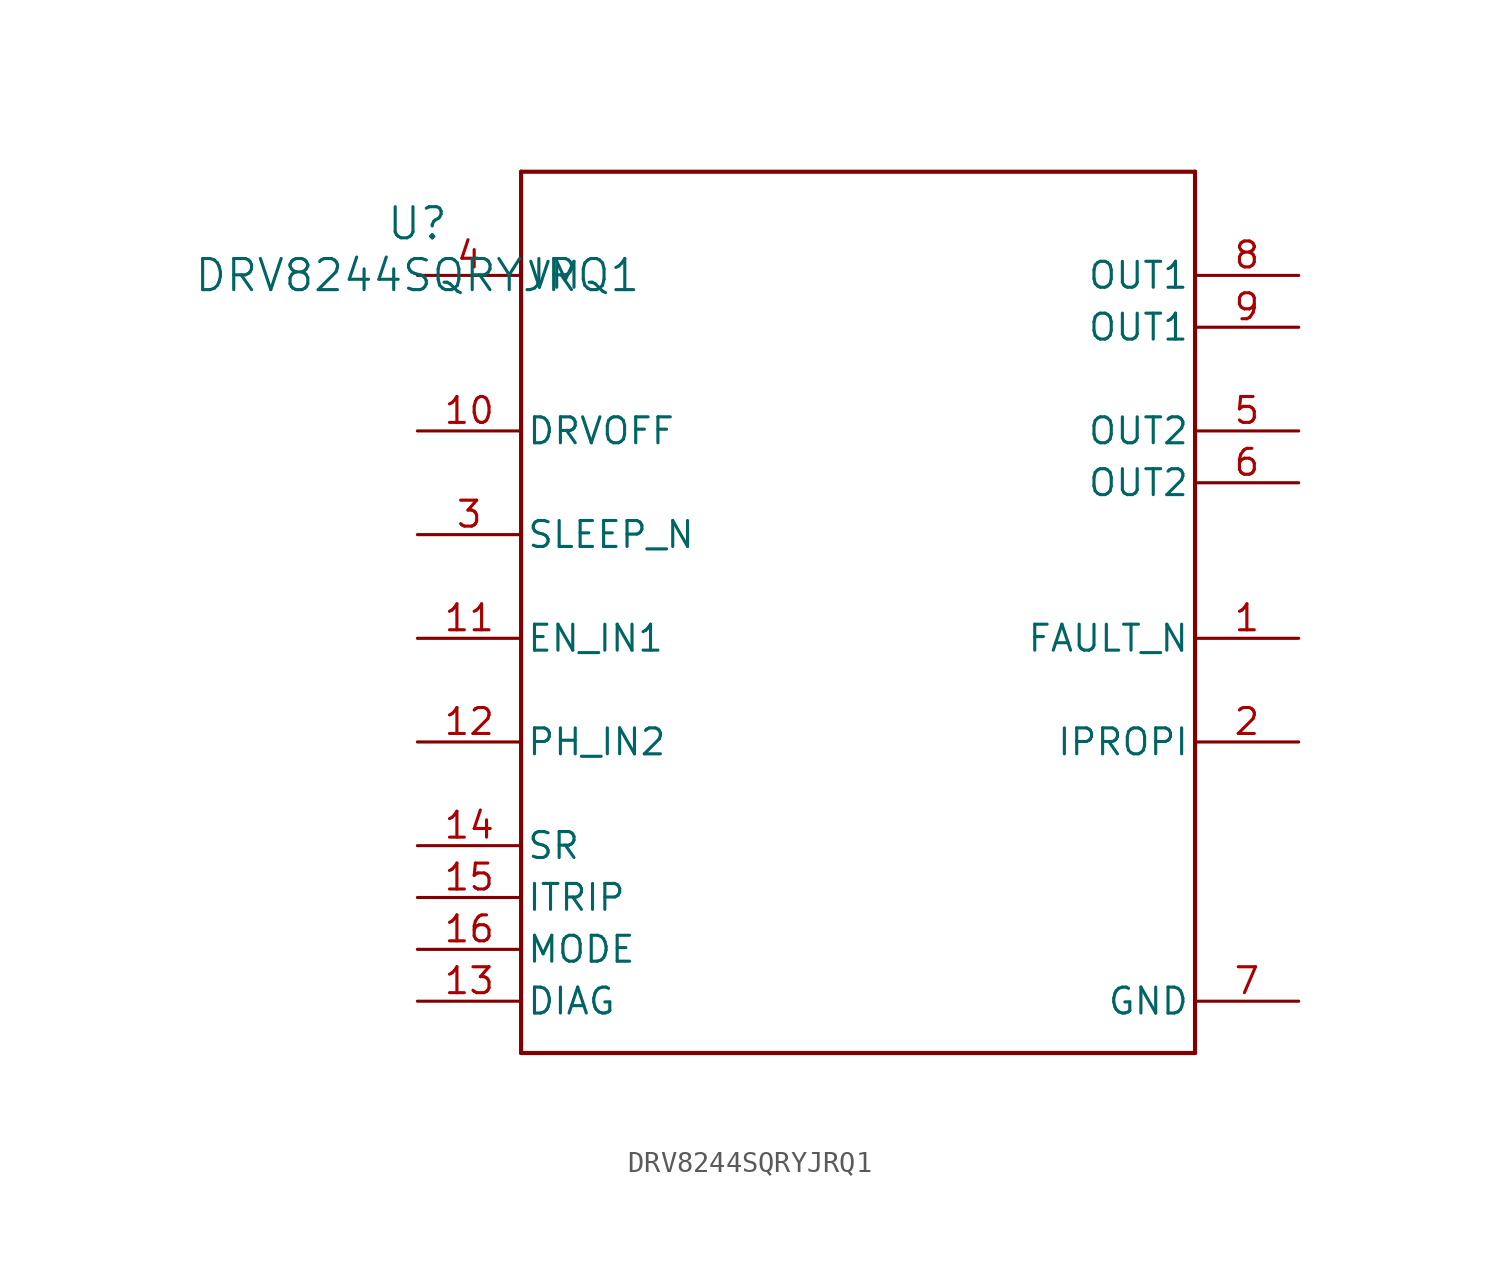
<source format=kicad_sym>
(kicad_symbol_lib
  (version 20241209)
  (generator "kicad_symbol_editor")
  (generator_version "9.0")
  (symbol "DRV8244SQRYJRQ1"
    (pin_names
      (offset 0.254))
    (property "Reference" "U"
      (at 0 2.54 0)
      (effects (font (size 1.524 1.524))))
    (property "Value" "DRV8244SQRYJRQ1"
      (at 0 0 0)
      (effects (font (size 1.524 1.524))))
    (property "ki_locked" ""
      (at 0 0 0)
      (effects (font (size 1.27 1.27))))
    (symbol "DRV8244SQRYJRQ1_0_1"
      (polyline (pts (xy 5.08 5.08) (xy 5.08 -38.1)) (stroke (width 0.203) (type default)) (fill (type none)))
      (polyline (pts (xy 5.08 -38.1) (xy 38.1 -38.1)) (stroke (width 0.203) (type default)) (fill (type none)))
      (polyline (pts (xy 38.1 5.08) (xy 5.08 5.08)) (stroke (width 0.203) (type default)) (fill (type none)))
      (polyline (pts (xy 38.1 -38.1) (xy 38.1 5.08)) (stroke (width 0.203) (type default)) (fill (type none)))
      (pin power_in line (at 0 0 0) (length 5.08) (name "VM" (effects (font (size 1.27 1.27)))) (number "4" (effects (font (size 1.27 1.27)))))
      (pin input line (at 0 -7.62 0) (length 5.08) (name "DRVOFF" (effects (font (size 1.27 1.27)))) (number "10" (effects (font (size 1.27 1.27)))))
      (pin input line (at 0 -12.7 0) (length 5.08) (name "SLEEP_N" (effects (font (size 1.27 1.27)))) (number "3" (effects (font (size 1.27 1.27)))))
      (pin input line (at 0 -17.78 0) (length 5.08) (name "EN_IN1" (effects (font (size 1.27 1.27)))) (number "11" (effects (font (size 1.27 1.27)))))
      (pin input line (at 0 -22.86 0) (length 5.08) (name "PH_IN2" (effects (font (size 1.27 1.27)))) (number "12" (effects (font (size 1.27 1.27)))))
      (pin passive line (at 0 -27.94 0) (length 5.08) (name "SR" (effects (font (size 1.27 1.27)))) (number "14" (effects (font (size 1.27 1.27)))))
      (pin passive line (at 0 -30.48 0) (length 5.08) (name "ITRIP" (effects (font (size 1.27 1.27)))) (number "15" (effects (font (size 1.27 1.27)))))
      (pin passive line (at 0 -33.02 0) (length 5.08) (name "MODE" (effects (font (size 1.27 1.27)))) (number "16" (effects (font (size 1.27 1.27)))))
      (pin passive line (at 0 -35.56 0) (length 5.08) (name "DIAG" (effects (font (size 1.27 1.27)))) (number "13" (effects (font (size 1.27 1.27)))))
      (pin output line (at 43.18 0 180) (length 5.08) (name "OUT1" (effects (font (size 1.27 1.27)))) (number "8" (effects (font (size 1.27 1.27)))))
      (pin passive line (at 43.18 -2.54 180) (length 5.08) (name "OUT1" (effects (font (size 1.27 1.27)))) (number "9" (effects (font (size 1.27 1.27)))))
      (pin output line (at 43.18 -7.62 180) (length 5.08) (name "OUT2" (effects (font (size 1.27 1.27)))) (number "5" (effects (font (size 1.27 1.27)))))
      (pin passive line (at 43.18 -10.16 180) (length 5.08) (name "OUT2" (effects (font (size 1.27 1.27)))) (number "6" (effects (font (size 1.27 1.27)))))
      (pin open_collector line (at 43.18 -17.78 180) (length 5.08) (name "FAULT_N" (effects (font (size 1.27 1.27)))) (number "1" (effects (font (size 1.27 1.27)))))
      (pin unspecified line (at 43.18 -22.86 180) (length 5.08) (name "IPROPI" (effects (font (size 1.27 1.27)))) (number "2" (effects (font (size 1.27 1.27)))))
      (pin power_in line (at 43.18 -35.56 180) (length 5.08) (name "GND" (effects (font (size 1.27 1.27)))) (number "7" (effects (font (size 1.27 1.27))))))))
</source>
